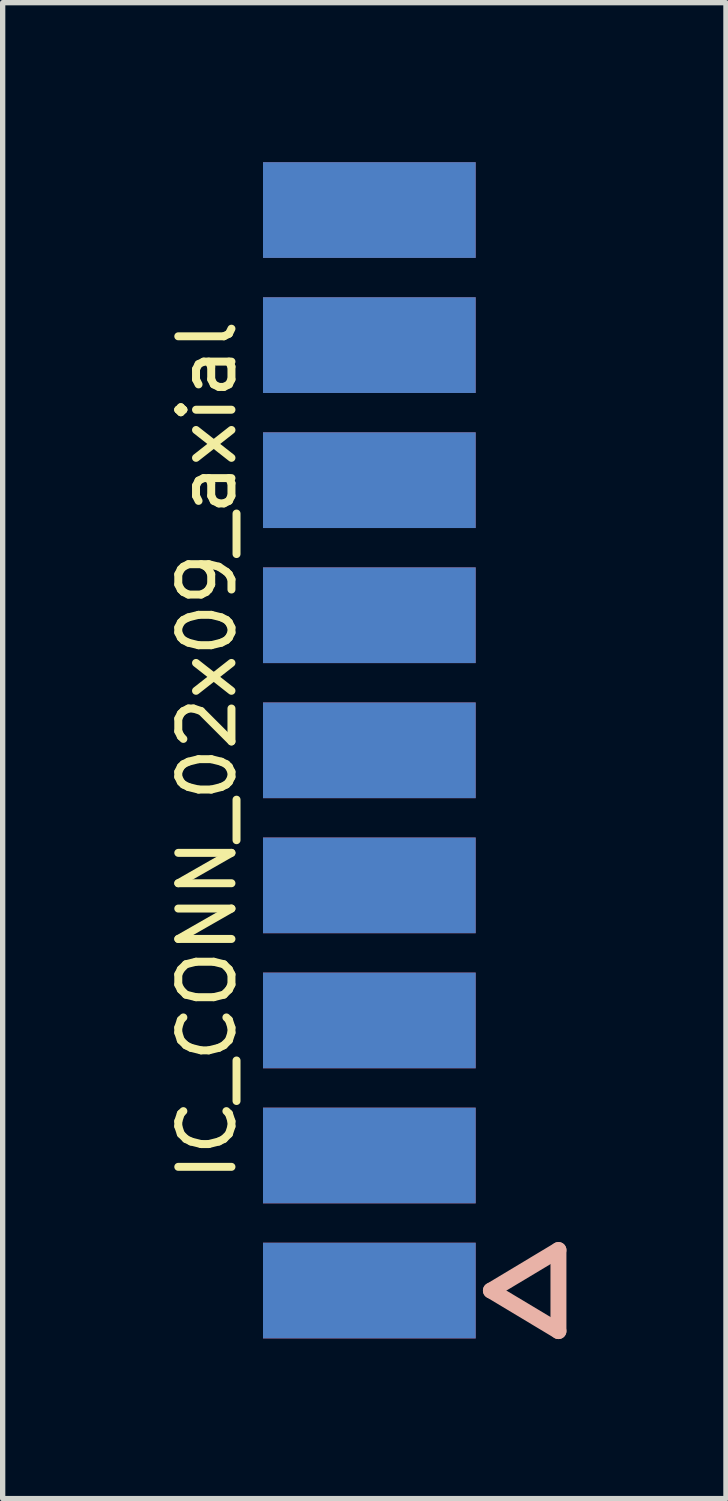
<source format=kicad_pcb>
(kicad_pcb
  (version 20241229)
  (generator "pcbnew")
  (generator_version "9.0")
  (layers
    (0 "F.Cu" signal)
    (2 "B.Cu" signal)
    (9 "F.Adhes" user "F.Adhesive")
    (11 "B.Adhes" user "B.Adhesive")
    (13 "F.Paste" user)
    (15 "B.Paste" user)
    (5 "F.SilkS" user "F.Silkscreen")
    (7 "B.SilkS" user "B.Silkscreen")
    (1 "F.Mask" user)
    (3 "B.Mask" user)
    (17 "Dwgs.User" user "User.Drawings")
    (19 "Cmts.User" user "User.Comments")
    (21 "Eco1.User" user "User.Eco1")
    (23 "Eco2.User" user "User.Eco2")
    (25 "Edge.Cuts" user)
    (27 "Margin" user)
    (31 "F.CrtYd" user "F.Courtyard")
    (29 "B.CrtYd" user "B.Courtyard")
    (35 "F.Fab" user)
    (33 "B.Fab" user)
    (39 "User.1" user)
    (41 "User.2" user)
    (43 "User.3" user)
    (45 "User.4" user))
  (footprint "IC_CONN_02x09_axial"
    (layer "F.Cu")
    (at 3.896 11.06)
    (property "Reference" "IC_CONN_02x09_axial" (at -3.048 0 90) (layer "F.SilkS") (effects (font (size 1 1) (thickness 0.15))))
    (attr through_hole)
    (fp_line (start 2.286 10.16) (end 3.556 9.398) (stroke (width 0.3) (type solid)) (layer "B.SilkS"))
    (fp_line (start 3.556 9.398) (end 3.556 10.922) (stroke (width 0.3) (type solid)) (layer "B.SilkS"))
    (fp_line (start 3.556 10.922) (end 2.286 10.16) (stroke (width 0.3) (type solid)) (layer "B.SilkS"))
    (pad "1" smd rect (at 0 10.16) (size 4 1.8) (layers "B.Cu" "B.Mask" "B.Paste"))
    (pad "2" smd rect (at 0 7.62) (size 4 1.8) (layers "B.Cu" "B.Mask" "B.Paste"))
    (pad "3" smd rect (at 0 5.08) (size 4 1.8) (layers "B.Cu" "B.Mask" "B.Paste"))
    (pad "4" smd rect (at 0 2.54) (size 4 1.8) (layers "B.Cu" "B.Mask" "B.Paste"))
    (pad "5" smd rect (at 0 0) (size 4 1.8) (layers "B.Cu" "B.Mask" "B.Paste"))
    (pad "6" smd rect (at 0 -2.54) (size 4 1.8) (layers "B.Cu" "B.Mask" "B.Paste"))
    (pad "7" smd rect (at 0 -5.08) (size 4 1.8) (layers "B.Cu" "B.Mask" "B.Paste"))
    (pad "8" smd rect (at 0 -7.62) (size 4 1.8) (layers "B.Cu" "B.Mask" "B.Paste"))
    (pad "9" smd rect (at 0 -10.16) (size 4 1.8) (layers "B.Cu" "B.Mask" "B.Paste"))
    (pad "10" smd rect (at 0 10.16) (size 4 1.8) (layers "F.Cu" "F.Mask" "F.Paste"))
    (pad "11" smd rect (at 0 7.62) (size 4 1.8) (layers "F.Cu" "F.Mask" "F.Paste"))
    (pad "12" smd rect (at 0 5.08) (size 4 1.8) (layers "F.Cu" "F.Mask" "F.Paste"))
    (pad "13" smd rect (at 0 2.54) (size 4 1.8) (layers "F.Cu" "F.Mask" "F.Paste"))
    (pad "14" smd rect (at 0 0) (size 4 1.8) (layers "F.Cu" "F.Mask" "F.Paste"))
    (pad "15" smd rect (at 0 -2.54) (size 4 1.8) (layers "F.Cu" "F.Mask" "F.Paste"))
    (pad "16" smd rect (at 0 -5.08) (size 4 1.8) (layers "F.Cu" "F.Mask" "F.Paste"))
    (pad "17" smd rect (at 0 -7.62) (size 4 1.8) (layers "F.Cu" "F.Mask" "F.Paste"))
    (pad "18" smd rect (at 0 -10.16) (size 4 1.8) (layers "F.Cu" "F.Mask" "F.Paste")))
  (gr_rect
    (start -3 -3)
    (end 10.602 25.132)
    (stroke (width 0.1) (type default))
    (fill no)
    (layer "Edge.Cuts")))
</source>
